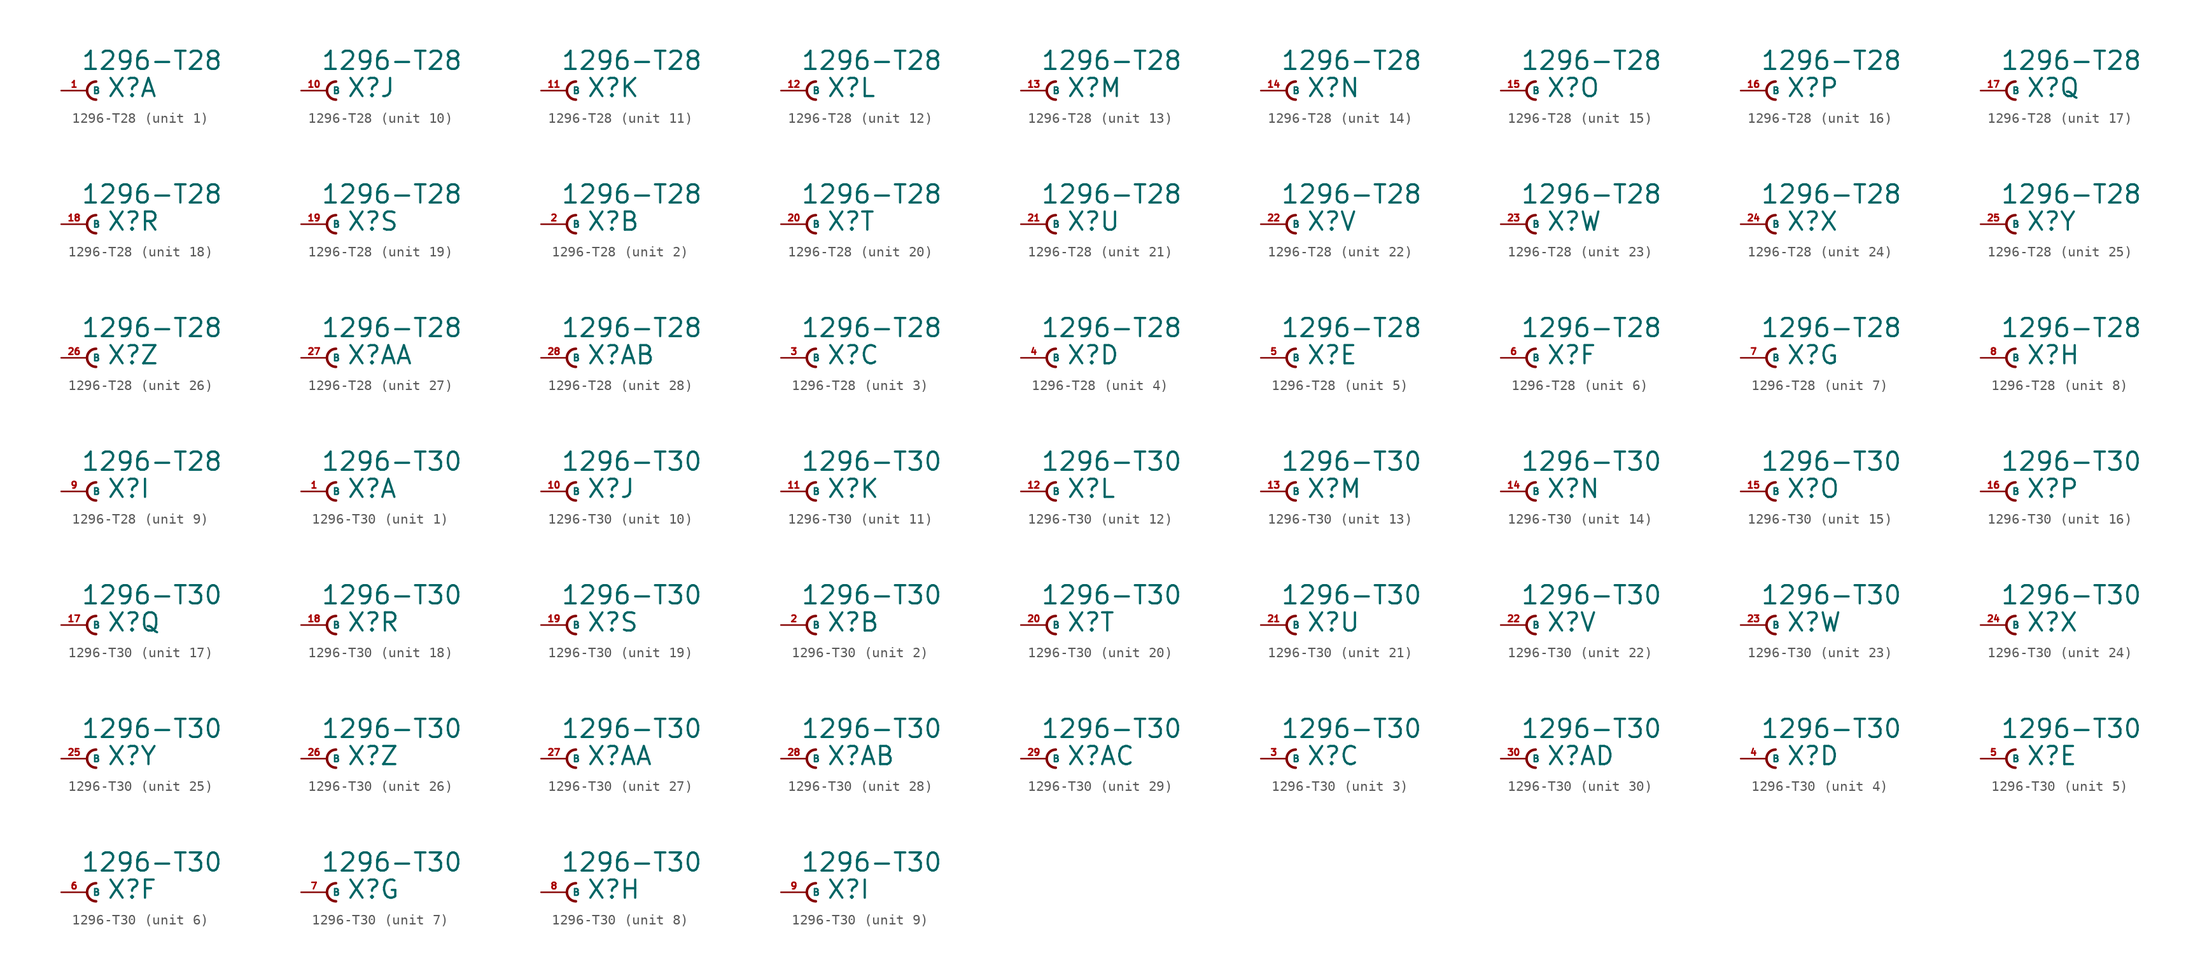
<source format=kicad_sym>
(kicad_symbol_lib
  (version 20220914)
  (generator Eagle2Kicad)
  (symbol "1296-T28"
    (property "Reference" "X"
      (at 1.905 -0.762 0)
      (effects (font (size 1.778 1.778) (thickness 0.22)) (justify left bottom)))
    (property "Value" "1296-T28"
      (at -0.635 1.905 0)
      (effects (font (size 1.778 1.778) (thickness 0.22)) (justify left bottom)))
    (symbol "1296-T28_1_0"
      (arc (start 0.889 0.889) (mid 0.000 0.000) (end 0.889 -0.889) (stroke (width 0.254) (type default)) (fill (type none)))
      (pin passive line (at -2.54 0 0) (length 2.54) (name "B" (effects (font (size 0.635 0.635) (thickness 0.08)) (justify left bottom))) (number "1" (effects (font (size 0.635 0.635) (thickness 0.08)) (justify left bottom)))))
    (symbol "1296-T28_2_0"
      (arc (start 0.889 0.889) (mid 0.000 0.000) (end 0.889 -0.889) (stroke (width 0.254) (type default)) (fill (type none)))
      (pin passive line (at -2.54 0 0) (length 2.54) (name "B" (effects (font (size 0.635 0.635) (thickness 0.08)) (justify left bottom))) (number "2" (effects (font (size 0.635 0.635) (thickness 0.08)) (justify left bottom)))))
    (symbol "1296-T28_3_0"
      (arc (start 0.889 0.889) (mid 0.000 0.000) (end 0.889 -0.889) (stroke (width 0.254) (type default)) (fill (type none)))
      (pin passive line (at -2.54 0 0) (length 2.54) (name "B" (effects (font (size 0.635 0.635) (thickness 0.08)) (justify left bottom))) (number "3" (effects (font (size 0.635 0.635) (thickness 0.08)) (justify left bottom)))))
    (symbol "1296-T28_4_0"
      (arc (start 0.889 0.889) (mid 0.000 0.000) (end 0.889 -0.889) (stroke (width 0.254) (type default)) (fill (type none)))
      (pin passive line (at -2.54 0 0) (length 2.54) (name "B" (effects (font (size 0.635 0.635) (thickness 0.08)) (justify left bottom))) (number "4" (effects (font (size 0.635 0.635) (thickness 0.08)) (justify left bottom)))))
    (symbol "1296-T28_5_0"
      (arc (start 0.889 0.889) (mid 0.000 0.000) (end 0.889 -0.889) (stroke (width 0.254) (type default)) (fill (type none)))
      (pin passive line (at -2.54 0 0) (length 2.54) (name "B" (effects (font (size 0.635 0.635) (thickness 0.08)) (justify left bottom))) (number "5" (effects (font (size 0.635 0.635) (thickness 0.08)) (justify left bottom)))))
    (symbol "1296-T28_6_0"
      (arc (start 0.889 0.889) (mid 0.000 0.000) (end 0.889 -0.889) (stroke (width 0.254) (type default)) (fill (type none)))
      (pin passive line (at -2.54 0 0) (length 2.54) (name "B" (effects (font (size 0.635 0.635) (thickness 0.08)) (justify left bottom))) (number "6" (effects (font (size 0.635 0.635) (thickness 0.08)) (justify left bottom)))))
    (symbol "1296-T28_7_0"
      (arc (start 0.889 0.889) (mid 0.000 0.000) (end 0.889 -0.889) (stroke (width 0.254) (type default)) (fill (type none)))
      (pin passive line (at -2.54 0 0) (length 2.54) (name "B" (effects (font (size 0.635 0.635) (thickness 0.08)) (justify left bottom))) (number "7" (effects (font (size 0.635 0.635) (thickness 0.08)) (justify left bottom)))))
    (symbol "1296-T28_8_0"
      (arc (start 0.889 0.889) (mid 0.000 0.000) (end 0.889 -0.889) (stroke (width 0.254) (type default)) (fill (type none)))
      (pin passive line (at -2.54 0 0) (length 2.54) (name "B" (effects (font (size 0.635 0.635) (thickness 0.08)) (justify left bottom))) (number "8" (effects (font (size 0.635 0.635) (thickness 0.08)) (justify left bottom)))))
    (symbol "1296-T28_9_0"
      (arc (start 0.889 0.889) (mid 0.000 0.000) (end 0.889 -0.889) (stroke (width 0.254) (type default)) (fill (type none)))
      (pin passive line (at -2.54 0 0) (length 2.54) (name "B" (effects (font (size 0.635 0.635) (thickness 0.08)) (justify left bottom))) (number "9" (effects (font (size 0.635 0.635) (thickness 0.08)) (justify left bottom)))))
    (symbol "1296-T28_10_0"
      (arc (start 0.889 0.889) (mid 0.000 0.000) (end 0.889 -0.889) (stroke (width 0.254) (type default)) (fill (type none)))
      (pin passive line (at -2.54 0 0) (length 2.54) (name "B" (effects (font (size 0.635 0.635) (thickness 0.08)) (justify left bottom))) (number "10" (effects (font (size 0.635 0.635) (thickness 0.08)) (justify left bottom)))))
    (symbol "1296-T28_11_0"
      (arc (start 0.889 0.889) (mid 0.000 0.000) (end 0.889 -0.889) (stroke (width 0.254) (type default)) (fill (type none)))
      (pin passive line (at -2.54 0 0) (length 2.54) (name "B" (effects (font (size 0.635 0.635) (thickness 0.08)) (justify left bottom))) (number "11" (effects (font (size 0.635 0.635) (thickness 0.08)) (justify left bottom)))))
    (symbol "1296-T28_12_0"
      (arc (start 0.889 0.889) (mid 0.000 0.000) (end 0.889 -0.889) (stroke (width 0.254) (type default)) (fill (type none)))
      (pin passive line (at -2.54 0 0) (length 2.54) (name "B" (effects (font (size 0.635 0.635) (thickness 0.08)) (justify left bottom))) (number "12" (effects (font (size 0.635 0.635) (thickness 0.08)) (justify left bottom)))))
    (symbol "1296-T28_13_0"
      (arc (start 0.889 0.889) (mid 0.000 0.000) (end 0.889 -0.889) (stroke (width 0.254) (type default)) (fill (type none)))
      (pin passive line (at -2.54 0 0) (length 2.54) (name "B" (effects (font (size 0.635 0.635) (thickness 0.08)) (justify left bottom))) (number "13" (effects (font (size 0.635 0.635) (thickness 0.08)) (justify left bottom)))))
    (symbol "1296-T28_14_0"
      (arc (start 0.889 0.889) (mid 0.000 0.000) (end 0.889 -0.889) (stroke (width 0.254) (type default)) (fill (type none)))
      (pin passive line (at -2.54 0 0) (length 2.54) (name "B" (effects (font (size 0.635 0.635) (thickness 0.08)) (justify left bottom))) (number "14" (effects (font (size 0.635 0.635) (thickness 0.08)) (justify left bottom)))))
    (symbol "1296-T28_15_0"
      (arc (start 0.889 0.889) (mid 0.000 0.000) (end 0.889 -0.889) (stroke (width 0.254) (type default)) (fill (type none)))
      (pin passive line (at -2.54 0 0) (length 2.54) (name "B" (effects (font (size 0.635 0.635) (thickness 0.08)) (justify left bottom))) (number "15" (effects (font (size 0.635 0.635) (thickness 0.08)) (justify left bottom)))))
    (symbol "1296-T28_16_0"
      (arc (start 0.889 0.889) (mid 0.000 0.000) (end 0.889 -0.889) (stroke (width 0.254) (type default)) (fill (type none)))
      (pin passive line (at -2.54 0 0) (length 2.54) (name "B" (effects (font (size 0.635 0.635) (thickness 0.08)) (justify left bottom))) (number "16" (effects (font (size 0.635 0.635) (thickness 0.08)) (justify left bottom)))))
    (symbol "1296-T28_17_0"
      (arc (start 0.889 0.889) (mid 0.000 0.000) (end 0.889 -0.889) (stroke (width 0.254) (type default)) (fill (type none)))
      (pin passive line (at -2.54 0 0) (length 2.54) (name "B" (effects (font (size 0.635 0.635) (thickness 0.08)) (justify left bottom))) (number "17" (effects (font (size 0.635 0.635) (thickness 0.08)) (justify left bottom)))))
    (symbol "1296-T28_18_0"
      (arc (start 0.889 0.889) (mid 0.000 0.000) (end 0.889 -0.889) (stroke (width 0.254) (type default)) (fill (type none)))
      (pin passive line (at -2.54 0 0) (length 2.54) (name "B" (effects (font (size 0.635 0.635) (thickness 0.08)) (justify left bottom))) (number "18" (effects (font (size 0.635 0.635) (thickness 0.08)) (justify left bottom)))))
    (symbol "1296-T28_19_0"
      (arc (start 0.889 0.889) (mid 0.000 0.000) (end 0.889 -0.889) (stroke (width 0.254) (type default)) (fill (type none)))
      (pin passive line (at -2.54 0 0) (length 2.54) (name "B" (effects (font (size 0.635 0.635) (thickness 0.08)) (justify left bottom))) (number "19" (effects (font (size 0.635 0.635) (thickness 0.08)) (justify left bottom)))))
    (symbol "1296-T28_20_0"
      (arc (start 0.889 0.889) (mid 0.000 0.000) (end 0.889 -0.889) (stroke (width 0.254) (type default)) (fill (type none)))
      (pin passive line (at -2.54 0 0) (length 2.54) (name "B" (effects (font (size 0.635 0.635) (thickness 0.08)) (justify left bottom))) (number "20" (effects (font (size 0.635 0.635) (thickness 0.08)) (justify left bottom)))))
    (symbol "1296-T28_21_0"
      (arc (start 0.889 0.889) (mid 0.000 0.000) (end 0.889 -0.889) (stroke (width 0.254) (type default)) (fill (type none)))
      (pin passive line (at -2.54 0 0) (length 2.54) (name "B" (effects (font (size 0.635 0.635) (thickness 0.08)) (justify left bottom))) (number "21" (effects (font (size 0.635 0.635) (thickness 0.08)) (justify left bottom)))))
    (symbol "1296-T28_22_0"
      (arc (start 0.889 0.889) (mid 0.000 0.000) (end 0.889 -0.889) (stroke (width 0.254) (type default)) (fill (type none)))
      (pin passive line (at -2.54 0 0) (length 2.54) (name "B" (effects (font (size 0.635 0.635) (thickness 0.08)) (justify left bottom))) (number "22" (effects (font (size 0.635 0.635) (thickness 0.08)) (justify left bottom)))))
    (symbol "1296-T28_23_0"
      (arc (start 0.889 0.889) (mid 0.000 0.000) (end 0.889 -0.889) (stroke (width 0.254) (type default)) (fill (type none)))
      (pin passive line (at -2.54 0 0) (length 2.54) (name "B" (effects (font (size 0.635 0.635) (thickness 0.08)) (justify left bottom))) (number "23" (effects (font (size 0.635 0.635) (thickness 0.08)) (justify left bottom)))))
    (symbol "1296-T28_24_0"
      (arc (start 0.889 0.889) (mid 0.000 0.000) (end 0.889 -0.889) (stroke (width 0.254) (type default)) (fill (type none)))
      (pin passive line (at -2.54 0 0) (length 2.54) (name "B" (effects (font (size 0.635 0.635) (thickness 0.08)) (justify left bottom))) (number "24" (effects (font (size 0.635 0.635) (thickness 0.08)) (justify left bottom)))))
    (symbol "1296-T28_25_0"
      (arc (start 0.889 0.889) (mid 0.000 0.000) (end 0.889 -0.889) (stroke (width 0.254) (type default)) (fill (type none)))
      (pin passive line (at -2.54 0 0) (length 2.54) (name "B" (effects (font (size 0.635 0.635) (thickness 0.08)) (justify left bottom))) (number "25" (effects (font (size 0.635 0.635) (thickness 0.08)) (justify left bottom)))))
    (symbol "1296-T28_26_0"
      (arc (start 0.889 0.889) (mid 0.000 0.000) (end 0.889 -0.889) (stroke (width 0.254) (type default)) (fill (type none)))
      (pin passive line (at -2.54 0 0) (length 2.54) (name "B" (effects (font (size 0.635 0.635) (thickness 0.08)) (justify left bottom))) (number "26" (effects (font (size 0.635 0.635) (thickness 0.08)) (justify left bottom)))))
    (symbol "1296-T28_27_0"
      (arc (start 0.889 0.889) (mid 0.000 0.000) (end 0.889 -0.889) (stroke (width 0.254) (type default)) (fill (type none)))
      (pin passive line (at -2.54 0 0) (length 2.54) (name "B" (effects (font (size 0.635 0.635) (thickness 0.08)) (justify left bottom))) (number "27" (effects (font (size 0.635 0.635) (thickness 0.08)) (justify left bottom)))))
    (symbol "1296-T28_28_0"
      (arc (start 0.889 0.889) (mid 0.000 0.000) (end 0.889 -0.889) (stroke (width 0.254) (type default)) (fill (type none)))
      (pin passive line (at -2.54 0 0) (length 2.54) (name "B" (effects (font (size 0.635 0.635) (thickness 0.08)) (justify left bottom))) (number "28" (effects (font (size 0.635 0.635) (thickness 0.08)) (justify left bottom))))))
  (symbol "1296-T30"
    (property "Reference" "X"
      (at 1.905 -0.762 0)
      (effects (font (size 1.778 1.778) (thickness 0.22)) (justify left bottom)))
    (property "Value" "1296-T30"
      (at -0.635 1.905 0)
      (effects (font (size 1.778 1.778) (thickness 0.22)) (justify left bottom)))
    (symbol "1296-T30_1_0"
      (arc (start 0.889 0.889) (mid 0.000 0.000) (end 0.889 -0.889) (stroke (width 0.254) (type default)) (fill (type none)))
      (pin passive line (at -2.54 0 0) (length 2.54) (name "B" (effects (font (size 0.635 0.635) (thickness 0.08)) (justify left bottom))) (number "1" (effects (font (size 0.635 0.635) (thickness 0.08)) (justify left bottom)))))
    (symbol "1296-T30_2_0"
      (arc (start 0.889 0.889) (mid 0.000 0.000) (end 0.889 -0.889) (stroke (width 0.254) (type default)) (fill (type none)))
      (pin passive line (at -2.54 0 0) (length 2.54) (name "B" (effects (font (size 0.635 0.635) (thickness 0.08)) (justify left bottom))) (number "2" (effects (font (size 0.635 0.635) (thickness 0.08)) (justify left bottom)))))
    (symbol "1296-T30_3_0"
      (arc (start 0.889 0.889) (mid 0.000 0.000) (end 0.889 -0.889) (stroke (width 0.254) (type default)) (fill (type none)))
      (pin passive line (at -2.54 0 0) (length 2.54) (name "B" (effects (font (size 0.635 0.635) (thickness 0.08)) (justify left bottom))) (number "3" (effects (font (size 0.635 0.635) (thickness 0.08)) (justify left bottom)))))
    (symbol "1296-T30_4_0"
      (arc (start 0.889 0.889) (mid 0.000 0.000) (end 0.889 -0.889) (stroke (width 0.254) (type default)) (fill (type none)))
      (pin passive line (at -2.54 0 0) (length 2.54) (name "B" (effects (font (size 0.635 0.635) (thickness 0.08)) (justify left bottom))) (number "4" (effects (font (size 0.635 0.635) (thickness 0.08)) (justify left bottom)))))
    (symbol "1296-T30_5_0"
      (arc (start 0.889 0.889) (mid 0.000 0.000) (end 0.889 -0.889) (stroke (width 0.254) (type default)) (fill (type none)))
      (pin passive line (at -2.54 0 0) (length 2.54) (name "B" (effects (font (size 0.635 0.635) (thickness 0.08)) (justify left bottom))) (number "5" (effects (font (size 0.635 0.635) (thickness 0.08)) (justify left bottom)))))
    (symbol "1296-T30_6_0"
      (arc (start 0.889 0.889) (mid 0.000 0.000) (end 0.889 -0.889) (stroke (width 0.254) (type default)) (fill (type none)))
      (pin passive line (at -2.54 0 0) (length 2.54) (name "B" (effects (font (size 0.635 0.635) (thickness 0.08)) (justify left bottom))) (number "6" (effects (font (size 0.635 0.635) (thickness 0.08)) (justify left bottom)))))
    (symbol "1296-T30_7_0"
      (arc (start 0.889 0.889) (mid 0.000 0.000) (end 0.889 -0.889) (stroke (width 0.254) (type default)) (fill (type none)))
      (pin passive line (at -2.54 0 0) (length 2.54) (name "B" (effects (font (size 0.635 0.635) (thickness 0.08)) (justify left bottom))) (number "7" (effects (font (size 0.635 0.635) (thickness 0.08)) (justify left bottom)))))
    (symbol "1296-T30_8_0"
      (arc (start 0.889 0.889) (mid 0.000 0.000) (end 0.889 -0.889) (stroke (width 0.254) (type default)) (fill (type none)))
      (pin passive line (at -2.54 0 0) (length 2.54) (name "B" (effects (font (size 0.635 0.635) (thickness 0.08)) (justify left bottom))) (number "8" (effects (font (size 0.635 0.635) (thickness 0.08)) (justify left bottom)))))
    (symbol "1296-T30_9_0"
      (arc (start 0.889 0.889) (mid 0.000 0.000) (end 0.889 -0.889) (stroke (width 0.254) (type default)) (fill (type none)))
      (pin passive line (at -2.54 0 0) (length 2.54) (name "B" (effects (font (size 0.635 0.635) (thickness 0.08)) (justify left bottom))) (number "9" (effects (font (size 0.635 0.635) (thickness 0.08)) (justify left bottom)))))
    (symbol "1296-T30_10_0"
      (arc (start 0.889 0.889) (mid 0.000 0.000) (end 0.889 -0.889) (stroke (width 0.254) (type default)) (fill (type none)))
      (pin passive line (at -2.54 0 0) (length 2.54) (name "B" (effects (font (size 0.635 0.635) (thickness 0.08)) (justify left bottom))) (number "10" (effects (font (size 0.635 0.635) (thickness 0.08)) (justify left bottom)))))
    (symbol "1296-T30_11_0"
      (arc (start 0.889 0.889) (mid 0.000 0.000) (end 0.889 -0.889) (stroke (width 0.254) (type default)) (fill (type none)))
      (pin passive line (at -2.54 0 0) (length 2.54) (name "B" (effects (font (size 0.635 0.635) (thickness 0.08)) (justify left bottom))) (number "11" (effects (font (size 0.635 0.635) (thickness 0.08)) (justify left bottom)))))
    (symbol "1296-T30_12_0"
      (arc (start 0.889 0.889) (mid 0.000 0.000) (end 0.889 -0.889) (stroke (width 0.254) (type default)) (fill (type none)))
      (pin passive line (at -2.54 0 0) (length 2.54) (name "B" (effects (font (size 0.635 0.635) (thickness 0.08)) (justify left bottom))) (number "12" (effects (font (size 0.635 0.635) (thickness 0.08)) (justify left bottom)))))
    (symbol "1296-T30_13_0"
      (arc (start 0.889 0.889) (mid 0.000 0.000) (end 0.889 -0.889) (stroke (width 0.254) (type default)) (fill (type none)))
      (pin passive line (at -2.54 0 0) (length 2.54) (name "B" (effects (font (size 0.635 0.635) (thickness 0.08)) (justify left bottom))) (number "13" (effects (font (size 0.635 0.635) (thickness 0.08)) (justify left bottom)))))
    (symbol "1296-T30_14_0"
      (arc (start 0.889 0.889) (mid 0.000 0.000) (end 0.889 -0.889) (stroke (width 0.254) (type default)) (fill (type none)))
      (pin passive line (at -2.54 0 0) (length 2.54) (name "B" (effects (font (size 0.635 0.635) (thickness 0.08)) (justify left bottom))) (number "14" (effects (font (size 0.635 0.635) (thickness 0.08)) (justify left bottom)))))
    (symbol "1296-T30_15_0"
      (arc (start 0.889 0.889) (mid 0.000 0.000) (end 0.889 -0.889) (stroke (width 0.254) (type default)) (fill (type none)))
      (pin passive line (at -2.54 0 0) (length 2.54) (name "B" (effects (font (size 0.635 0.635) (thickness 0.08)) (justify left bottom))) (number "15" (effects (font (size 0.635 0.635) (thickness 0.08)) (justify left bottom)))))
    (symbol "1296-T30_16_0"
      (arc (start 0.889 0.889) (mid 0.000 0.000) (end 0.889 -0.889) (stroke (width 0.254) (type default)) (fill (type none)))
      (pin passive line (at -2.54 0 0) (length 2.54) (name "B" (effects (font (size 0.635 0.635) (thickness 0.08)) (justify left bottom))) (number "16" (effects (font (size 0.635 0.635) (thickness 0.08)) (justify left bottom)))))
    (symbol "1296-T30_17_0"
      (arc (start 0.889 0.889) (mid 0.000 0.000) (end 0.889 -0.889) (stroke (width 0.254) (type default)) (fill (type none)))
      (pin passive line (at -2.54 0 0) (length 2.54) (name "B" (effects (font (size 0.635 0.635) (thickness 0.08)) (justify left bottom))) (number "17" (effects (font (size 0.635 0.635) (thickness 0.08)) (justify left bottom)))))
    (symbol "1296-T30_18_0"
      (arc (start 0.889 0.889) (mid 0.000 0.000) (end 0.889 -0.889) (stroke (width 0.254) (type default)) (fill (type none)))
      (pin passive line (at -2.54 0 0) (length 2.54) (name "B" (effects (font (size 0.635 0.635) (thickness 0.08)) (justify left bottom))) (number "18" (effects (font (size 0.635 0.635) (thickness 0.08)) (justify left bottom)))))
    (symbol "1296-T30_19_0"
      (arc (start 0.889 0.889) (mid 0.000 0.000) (end 0.889 -0.889) (stroke (width 0.254) (type default)) (fill (type none)))
      (pin passive line (at -2.54 0 0) (length 2.54) (name "B" (effects (font (size 0.635 0.635) (thickness 0.08)) (justify left bottom))) (number "19" (effects (font (size 0.635 0.635) (thickness 0.08)) (justify left bottom)))))
    (symbol "1296-T30_20_0"
      (arc (start 0.889 0.889) (mid 0.000 0.000) (end 0.889 -0.889) (stroke (width 0.254) (type default)) (fill (type none)))
      (pin passive line (at -2.54 0 0) (length 2.54) (name "B" (effects (font (size 0.635 0.635) (thickness 0.08)) (justify left bottom))) (number "20" (effects (font (size 0.635 0.635) (thickness 0.08)) (justify left bottom)))))
    (symbol "1296-T30_21_0"
      (arc (start 0.889 0.889) (mid 0.000 0.000) (end 0.889 -0.889) (stroke (width 0.254) (type default)) (fill (type none)))
      (pin passive line (at -2.54 0 0) (length 2.54) (name "B" (effects (font (size 0.635 0.635) (thickness 0.08)) (justify left bottom))) (number "21" (effects (font (size 0.635 0.635) (thickness 0.08)) (justify left bottom)))))
    (symbol "1296-T30_22_0"
      (arc (start 0.889 0.889) (mid 0.000 0.000) (end 0.889 -0.889) (stroke (width 0.254) (type default)) (fill (type none)))
      (pin passive line (at -2.54 0 0) (length 2.54) (name "B" (effects (font (size 0.635 0.635) (thickness 0.08)) (justify left bottom))) (number "22" (effects (font (size 0.635 0.635) (thickness 0.08)) (justify left bottom)))))
    (symbol "1296-T30_23_0"
      (arc (start 0.889 0.889) (mid 0.000 0.000) (end 0.889 -0.889) (stroke (width 0.254) (type default)) (fill (type none)))
      (pin passive line (at -2.54 0 0) (length 2.54) (name "B" (effects (font (size 0.635 0.635) (thickness 0.08)) (justify left bottom))) (number "23" (effects (font (size 0.635 0.635) (thickness 0.08)) (justify left bottom)))))
    (symbol "1296-T30_24_0"
      (arc (start 0.889 0.889) (mid 0.000 0.000) (end 0.889 -0.889) (stroke (width 0.254) (type default)) (fill (type none)))
      (pin passive line (at -2.54 0 0) (length 2.54) (name "B" (effects (font (size 0.635 0.635) (thickness 0.08)) (justify left bottom))) (number "24" (effects (font (size 0.635 0.635) (thickness 0.08)) (justify left bottom)))))
    (symbol "1296-T30_25_0"
      (arc (start 0.889 0.889) (mid 0.000 0.000) (end 0.889 -0.889) (stroke (width 0.254) (type default)) (fill (type none)))
      (pin passive line (at -2.54 0 0) (length 2.54) (name "B" (effects (font (size 0.635 0.635) (thickness 0.08)) (justify left bottom))) (number "25" (effects (font (size 0.635 0.635) (thickness 0.08)) (justify left bottom)))))
    (symbol "1296-T30_26_0"
      (arc (start 0.889 0.889) (mid 0.000 0.000) (end 0.889 -0.889) (stroke (width 0.254) (type default)) (fill (type none)))
      (pin passive line (at -2.54 0 0) (length 2.54) (name "B" (effects (font (size 0.635 0.635) (thickness 0.08)) (justify left bottom))) (number "26" (effects (font (size 0.635 0.635) (thickness 0.08)) (justify left bottom)))))
    (symbol "1296-T30_27_0"
      (arc (start 0.889 0.889) (mid 0.000 0.000) (end 0.889 -0.889) (stroke (width 0.254) (type default)) (fill (type none)))
      (pin passive line (at -2.54 0 0) (length 2.54) (name "B" (effects (font (size 0.635 0.635) (thickness 0.08)) (justify left bottom))) (number "27" (effects (font (size 0.635 0.635) (thickness 0.08)) (justify left bottom)))))
    (symbol "1296-T30_28_0"
      (arc (start 0.889 0.889) (mid 0.000 0.000) (end 0.889 -0.889) (stroke (width 0.254) (type default)) (fill (type none)))
      (pin passive line (at -2.54 0 0) (length 2.54) (name "B" (effects (font (size 0.635 0.635) (thickness 0.08)) (justify left bottom))) (number "28" (effects (font (size 0.635 0.635) (thickness 0.08)) (justify left bottom)))))
    (symbol "1296-T30_29_0"
      (arc (start 0.889 0.889) (mid 0.000 0.000) (end 0.889 -0.889) (stroke (width 0.254) (type default)) (fill (type none)))
      (pin passive line (at -2.54 0 0) (length 2.54) (name "B" (effects (font (size 0.635 0.635) (thickness 0.08)) (justify left bottom))) (number "29" (effects (font (size 0.635 0.635) (thickness 0.08)) (justify left bottom)))))
    (symbol "1296-T30_30_0"
      (arc (start 0.889 0.889) (mid 0.000 0.000) (end 0.889 -0.889) (stroke (width 0.254) (type default)) (fill (type none)))
      (pin passive line (at -2.54 0 0) (length 2.54) (name "B" (effects (font (size 0.635 0.635) (thickness 0.08)) (justify left bottom))) (number "30" (effects (font (size 0.635 0.635) (thickness 0.08)) (justify left bottom)))))))
</source>
